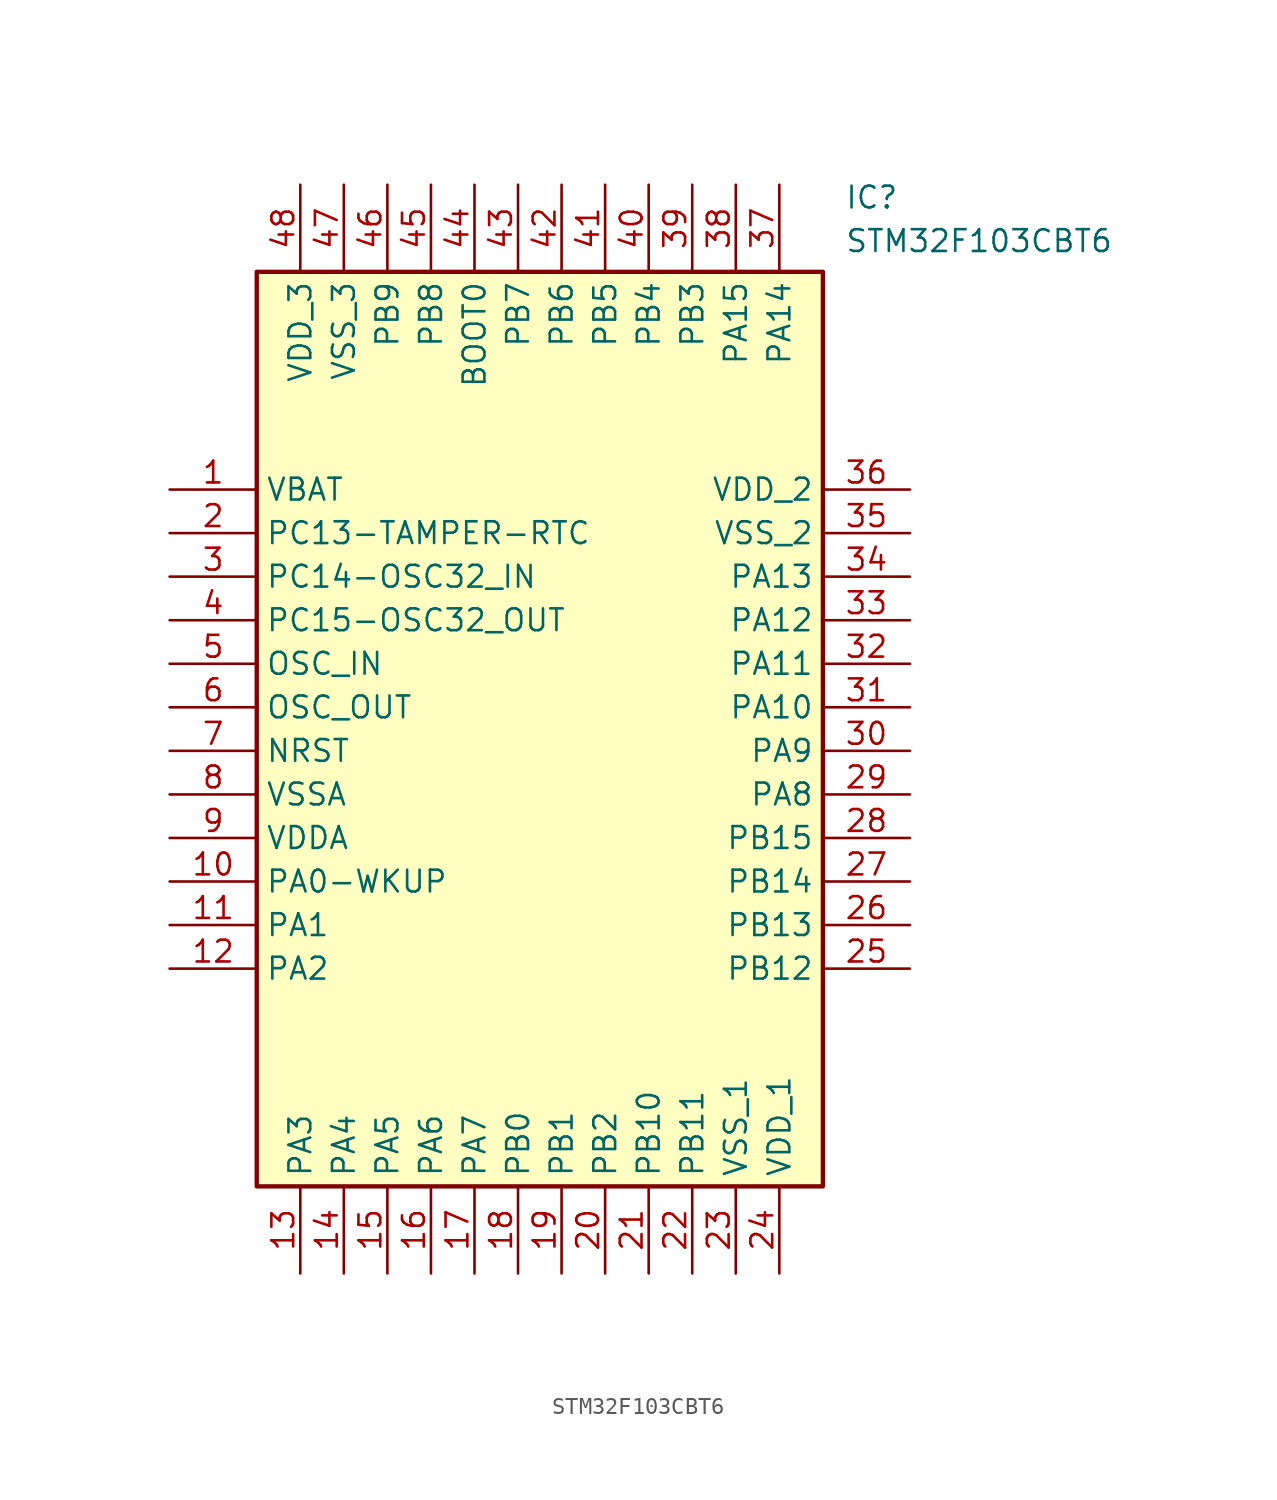
<source format=kicad_sym>
(kicad_symbol_lib
  (version 20211014)
  (generator SamacSys_ECAD_Model)
  (symbol "STM32F103CBT6"
    (property "Reference" "IC"
      (at 39.37 17.78 0)
      (effects (font (size 1.27 1.27)) (justify left top)))
    (property "Value" "STM32F103CBT6"
      (at 39.37 15.24 0)
      (effects (font (size 1.27 1.27)) (justify left top)))
    (rectangle
      (start 5.08 12.7)
      (end 38.1 -40.64)
      (stroke (width 0.254) (type default))
      (fill (type background)))
    (pin passive line
      (at 0 0 0)
      (length 5.08)
      (name "VBAT" (effects (font (size 1.27 1.27))))
      (number "1" (effects (font (size 1.27 1.27)))))
    (pin passive line
      (at 0 -2.54 0)
      (length 5.08)
      (name "PC13-TAMPER-RTC" (effects (font (size 1.27 1.27))))
      (number "2" (effects (font (size 1.27 1.27)))))
    (pin passive line
      (at 0 -5.08 0)
      (length 5.08)
      (name "PC14-OSC32_IN" (effects (font (size 1.27 1.27))))
      (number "3" (effects (font (size 1.27 1.27)))))
    (pin passive line
      (at 0 -7.62 0)
      (length 5.08)
      (name "PC15-OSC32_OUT" (effects (font (size 1.27 1.27))))
      (number "4" (effects (font (size 1.27 1.27)))))
    (pin passive line
      (at 0 -10.16 0)
      (length 5.08)
      (name "OSC_IN" (effects (font (size 1.27 1.27))))
      (number "5" (effects (font (size 1.27 1.27)))))
    (pin passive line
      (at 0 -12.7 0)
      (length 5.08)
      (name "OSC_OUT" (effects (font (size 1.27 1.27))))
      (number "6" (effects (font (size 1.27 1.27)))))
    (pin passive line
      (at 0 -15.24 0)
      (length 5.08)
      (name "NRST" (effects (font (size 1.27 1.27))))
      (number "7" (effects (font (size 1.27 1.27)))))
    (pin passive line
      (at 0 -17.78 0)
      (length 5.08)
      (name "VSSA" (effects (font (size 1.27 1.27))))
      (number "8" (effects (font (size 1.27 1.27)))))
    (pin passive line
      (at 0 -20.32 0)
      (length 5.08)
      (name "VDDA" (effects (font (size 1.27 1.27))))
      (number "9" (effects (font (size 1.27 1.27)))))
    (pin passive line
      (at 0 -22.86 0)
      (length 5.08)
      (name "PA0-WKUP" (effects (font (size 1.27 1.27))))
      (number "10" (effects (font (size 1.27 1.27)))))
    (pin passive line
      (at 0 -25.4 0)
      (length 5.08)
      (name "PA1" (effects (font (size 1.27 1.27))))
      (number "11" (effects (font (size 1.27 1.27)))))
    (pin passive line
      (at 0 -27.94 0)
      (length 5.08)
      (name "PA2" (effects (font (size 1.27 1.27))))
      (number "12" (effects (font (size 1.27 1.27)))))
    (pin passive line
      (at 7.62 -45.72 90)
      (length 5.08)
      (name "PA3" (effects (font (size 1.27 1.27))))
      (number "13" (effects (font (size 1.27 1.27)))))
    (pin passive line
      (at 10.16 -45.72 90)
      (length 5.08)
      (name "PA4" (effects (font (size 1.27 1.27))))
      (number "14" (effects (font (size 1.27 1.27)))))
    (pin passive line
      (at 12.7 -45.72 90)
      (length 5.08)
      (name "PA5" (effects (font (size 1.27 1.27))))
      (number "15" (effects (font (size 1.27 1.27)))))
    (pin passive line
      (at 15.24 -45.72 90)
      (length 5.08)
      (name "PA6" (effects (font (size 1.27 1.27))))
      (number "16" (effects (font (size 1.27 1.27)))))
    (pin passive line
      (at 17.78 -45.72 90)
      (length 5.08)
      (name "PA7" (effects (font (size 1.27 1.27))))
      (number "17" (effects (font (size 1.27 1.27)))))
    (pin passive line
      (at 20.32 -45.72 90)
      (length 5.08)
      (name "PB0" (effects (font (size 1.27 1.27))))
      (number "18" (effects (font (size 1.27 1.27)))))
    (pin passive line
      (at 22.86 -45.72 90)
      (length 5.08)
      (name "PB1" (effects (font (size 1.27 1.27))))
      (number "19" (effects (font (size 1.27 1.27)))))
    (pin passive line
      (at 25.4 -45.72 90)
      (length 5.08)
      (name "PB2" (effects (font (size 1.27 1.27))))
      (number "20" (effects (font (size 1.27 1.27)))))
    (pin passive line
      (at 27.94 -45.72 90)
      (length 5.08)
      (name "PB10" (effects (font (size 1.27 1.27))))
      (number "21" (effects (font (size 1.27 1.27)))))
    (pin passive line
      (at 30.48 -45.72 90)
      (length 5.08)
      (name "PB11" (effects (font (size 1.27 1.27))))
      (number "22" (effects (font (size 1.27 1.27)))))
    (pin passive line
      (at 33.02 -45.72 90)
      (length 5.08)
      (name "VSS_1" (effects (font (size 1.27 1.27))))
      (number "23" (effects (font (size 1.27 1.27)))))
    (pin passive line
      (at 35.56 -45.72 90)
      (length 5.08)
      (name "VDD_1" (effects (font (size 1.27 1.27))))
      (number "24" (effects (font (size 1.27 1.27)))))
    (pin passive line
      (at 43.18 0 180)
      (length 5.08)
      (name "VDD_2" (effects (font (size 1.27 1.27))))
      (number "36" (effects (font (size 1.27 1.27)))))
    (pin passive line
      (at 43.18 -2.54 180)
      (length 5.08)
      (name "VSS_2" (effects (font (size 1.27 1.27))))
      (number "35" (effects (font (size 1.27 1.27)))))
    (pin passive line
      (at 43.18 -5.08 180)
      (length 5.08)
      (name "PA13" (effects (font (size 1.27 1.27))))
      (number "34" (effects (font (size 1.27 1.27)))))
    (pin passive line
      (at 43.18 -7.62 180)
      (length 5.08)
      (name "PA12" (effects (font (size 1.27 1.27))))
      (number "33" (effects (font (size 1.27 1.27)))))
    (pin passive line
      (at 43.18 -10.16 180)
      (length 5.08)
      (name "PA11" (effects (font (size 1.27 1.27))))
      (number "32" (effects (font (size 1.27 1.27)))))
    (pin passive line
      (at 43.18 -12.7 180)
      (length 5.08)
      (name "PA10" (effects (font (size 1.27 1.27))))
      (number "31" (effects (font (size 1.27 1.27)))))
    (pin passive line
      (at 43.18 -15.24 180)
      (length 5.08)
      (name "PA9" (effects (font (size 1.27 1.27))))
      (number "30" (effects (font (size 1.27 1.27)))))
    (pin passive line
      (at 43.18 -17.78 180)
      (length 5.08)
      (name "PA8" (effects (font (size 1.27 1.27))))
      (number "29" (effects (font (size 1.27 1.27)))))
    (pin passive line
      (at 43.18 -20.32 180)
      (length 5.08)
      (name "PB15" (effects (font (size 1.27 1.27))))
      (number "28" (effects (font (size 1.27 1.27)))))
    (pin passive line
      (at 43.18 -22.86 180)
      (length 5.08)
      (name "PB14" (effects (font (size 1.27 1.27))))
      (number "27" (effects (font (size 1.27 1.27)))))
    (pin passive line
      (at 43.18 -25.4 180)
      (length 5.08)
      (name "PB13" (effects (font (size 1.27 1.27))))
      (number "26" (effects (font (size 1.27 1.27)))))
    (pin passive line
      (at 43.18 -27.94 180)
      (length 5.08)
      (name "PB12" (effects (font (size 1.27 1.27))))
      (number "25" (effects (font (size 1.27 1.27)))))
    (pin passive line
      (at 7.62 17.78 270)
      (length 5.08)
      (name "VDD_3" (effects (font (size 1.27 1.27))))
      (number "48" (effects (font (size 1.27 1.27)))))
    (pin passive line
      (at 10.16 17.78 270)
      (length 5.08)
      (name "VSS_3" (effects (font (size 1.27 1.27))))
      (number "47" (effects (font (size 1.27 1.27)))))
    (pin passive line
      (at 12.7 17.78 270)
      (length 5.08)
      (name "PB9" (effects (font (size 1.27 1.27))))
      (number "46" (effects (font (size 1.27 1.27)))))
    (pin passive line
      (at 15.24 17.78 270)
      (length 5.08)
      (name "PB8" (effects (font (size 1.27 1.27))))
      (number "45" (effects (font (size 1.27 1.27)))))
    (pin passive line
      (at 17.78 17.78 270)
      (length 5.08)
      (name "BOOT0" (effects (font (size 1.27 1.27))))
      (number "44" (effects (font (size 1.27 1.27)))))
    (pin passive line
      (at 20.32 17.78 270)
      (length 5.08)
      (name "PB7" (effects (font (size 1.27 1.27))))
      (number "43" (effects (font (size 1.27 1.27)))))
    (pin passive line
      (at 22.86 17.78 270)
      (length 5.08)
      (name "PB6" (effects (font (size 1.27 1.27))))
      (number "42" (effects (font (size 1.27 1.27)))))
    (pin passive line
      (at 25.4 17.78 270)
      (length 5.08)
      (name "PB5" (effects (font (size 1.27 1.27))))
      (number "41" (effects (font (size 1.27 1.27)))))
    (pin passive line
      (at 27.94 17.78 270)
      (length 5.08)
      (name "PB4" (effects (font (size 1.27 1.27))))
      (number "40" (effects (font (size 1.27 1.27)))))
    (pin passive line
      (at 30.48 17.78 270)
      (length 5.08)
      (name "PB3" (effects (font (size 1.27 1.27))))
      (number "39" (effects (font (size 1.27 1.27)))))
    (pin passive line
      (at 33.02 17.78 270)
      (length 5.08)
      (name "PA15" (effects (font (size 1.27 1.27))))
      (number "38" (effects (font (size 1.27 1.27)))))
    (pin passive line
      (at 35.56 17.78 270)
      (length 5.08)
      (name "PA14" (effects (font (size 1.27 1.27))))
      (number "37" (effects (font (size 1.27 1.27)))))))
</source>
